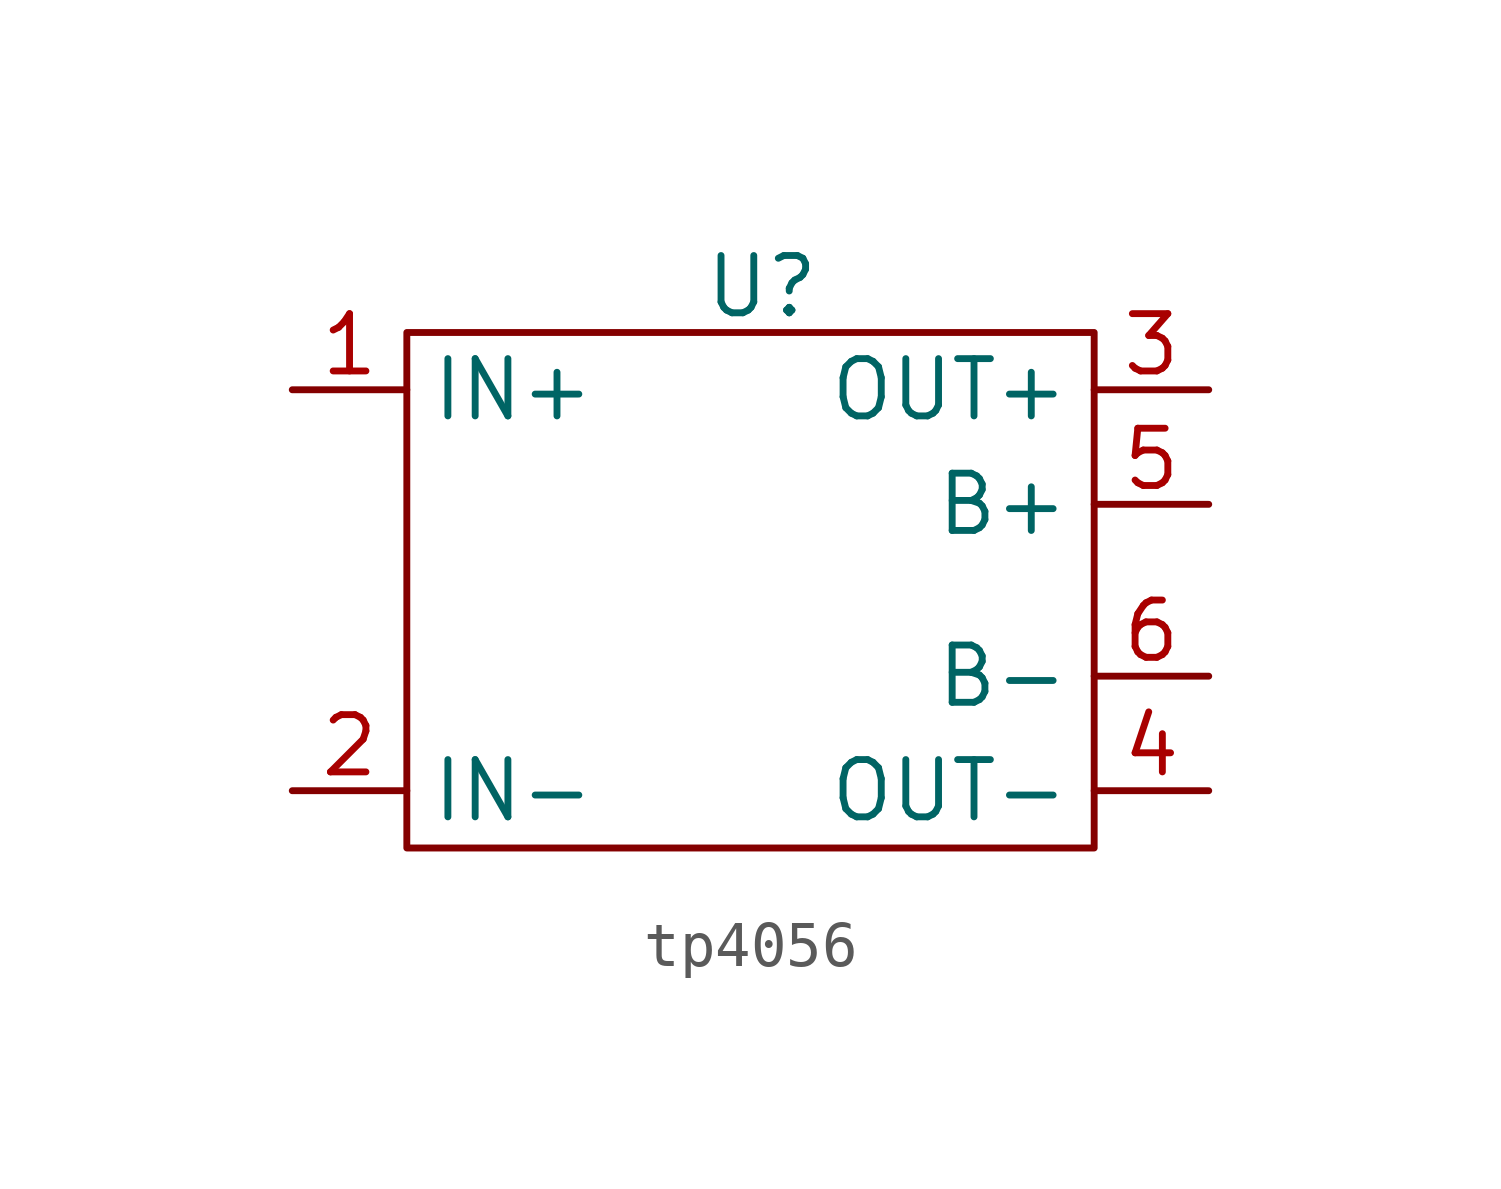
<source format=kicad_sym>
(kicad_symbol_lib
  (version 20231120)
  (generator "kicad_symbol_editor")
  (generator_version "8.0")
  (symbol "tp4056"
    (property "Reference" "U"
      (at -1.016 6.096 0)
      (effects (font (size 1.27 1.27))))
    (property "Value" ""
      (at 0 0 0)
      (effects (font (size 1.27 1.27))))
    (symbol "tp4056_0_1"
      (rectangle (start -8.89 5.08) (end 6.35 -6.35) (stroke (width 0) (type default)) (fill (type none))))
    (symbol "tp4056_1_1"
      (pin power_in line (at -11.43 3.81 0) (length 2.54) (name "IN+" (effects (font (size 1.27 1.27)))) (number "1" (effects (font (size 1.27 1.27)))))
      (pin power_in line (at -11.43 -5.08 0) (length 2.54) (name "IN-" (effects (font (size 1.27 1.27)))) (number "2" (effects (font (size 1.27 1.27)))))
      (pin power_out line (at 8.89 3.81 180) (length 2.54) (name "OUT+" (effects (font (size 1.27 1.27)))) (number "3" (effects (font (size 1.27 1.27)))))
      (pin power_out line (at 8.89 -5.08 180) (length 2.54) (name "OUT-" (effects (font (size 1.27 1.27)))) (number "4" (effects (font (size 1.27 1.27)))))
      (pin power_in line (at 8.89 1.27 180) (length 2.54) (name "B+" (effects (font (size 1.27 1.27)))) (number "5" (effects (font (size 1.27 1.27)))))
      (pin power_in line (at 8.89 -2.54 180) (length 2.54) (name "B-" (effects (font (size 1.27 1.27)))) (number "6" (effects (font (size 1.27 1.27))))))))
</source>
